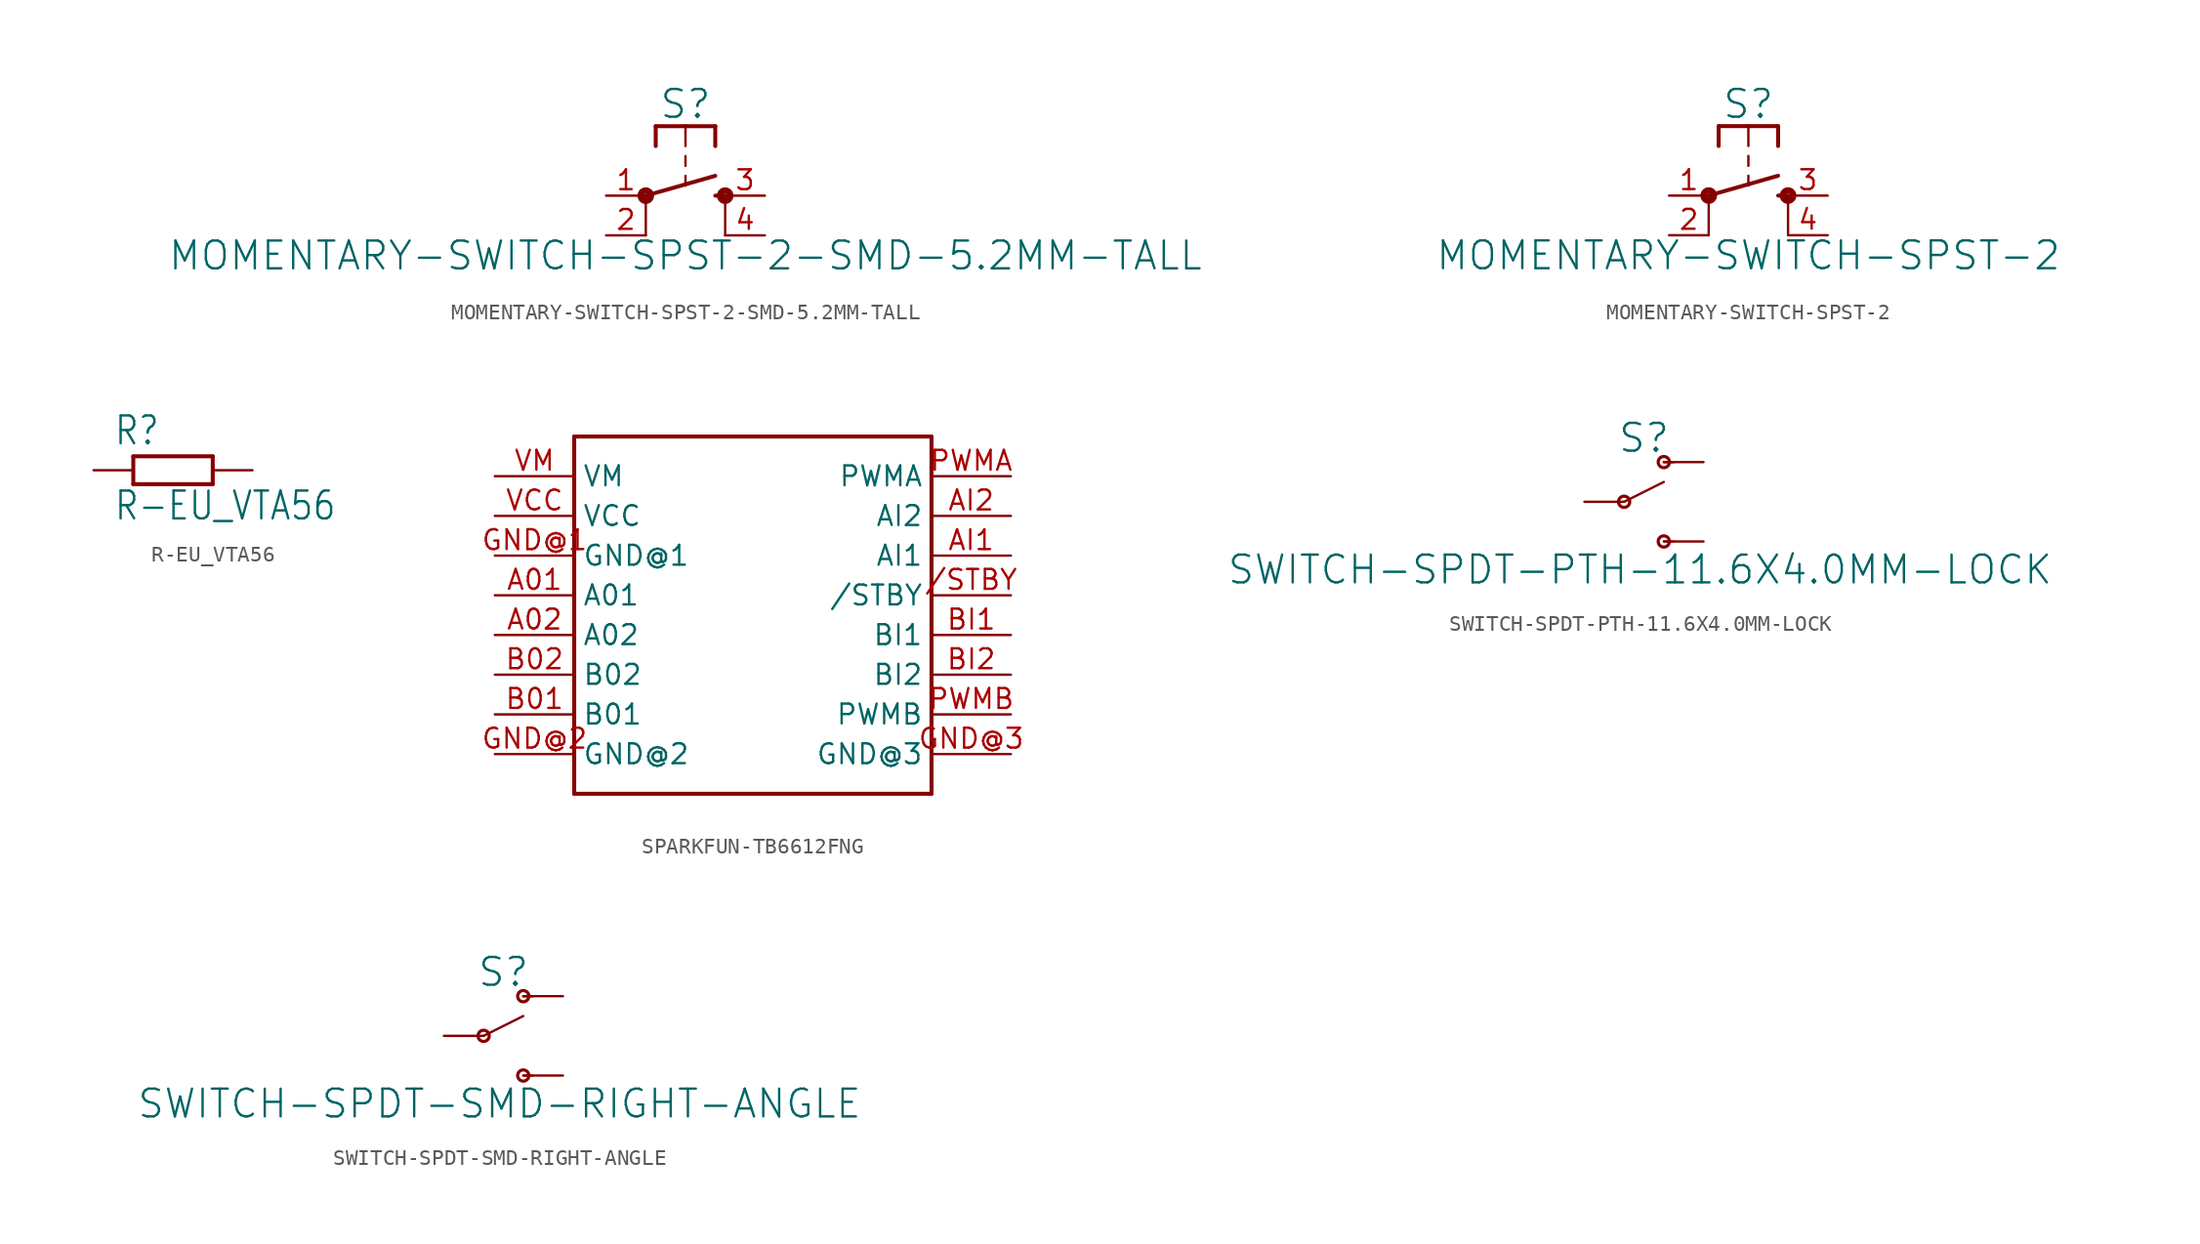
<source format=kicad_sym>
(kicad_symbol_lib
  (version 20211014)
  (generator kicad_symbol_editor)
  (symbol "MOMENTARY-SWITCH-SPST-2-SMD-5.2MM-TALL"
    (property "Reference" "S"
      (at 0 4.826 0)
      (effects (font (size 1.778 1.778)) (justify bottom)))
    (property "Value" "MOMENTARY-SWITCH-SPST-2-SMD-5.2MM-TALL"
      (at 0 -2.794 0)
      (effects (font (size 1.778 1.778)) (justify top)))
    (property "ki_locked" ""
      (at 0 0 0)
      (effects (font (size 1.27 1.27))))
    (symbol "MOMENTARY-SWITCH-SPST-2-SMD-5.2MM-TALL_1_0"
      (circle (center -2.54 0) (radius 0.127) (stroke (width 0.406) (type default) (color 0 0 0 0)) (fill (type none)))
      (polyline (pts (xy -2.54 -2.54) (xy -2.54 0)) (stroke (width 0.152) (type default) (color 0 0 0 0)) (fill (type none)))
      (polyline (pts (xy -2.54 0) (xy 1.905 1.27)) (stroke (width 0.254) (type default) (color 0 0 0 0)) (fill (type none)))
      (polyline (pts (xy -1.905 4.445) (xy -1.905 3.175)) (stroke (width 0.254) (type default) (color 0 0 0 0)) (fill (type none)))
      (polyline (pts (xy 0 1.27) (xy 0 0.635)) (stroke (width 0.152) (type default) (color 0 0 0 0)) (fill (type none)))
      (polyline (pts (xy 0 2.54) (xy 0 1.905)) (stroke (width 0.152) (type default) (color 0 0 0 0)) (fill (type none)))
      (polyline (pts (xy 0 4.445) (xy -1.905 4.445)) (stroke (width 0.254) (type default) (color 0 0 0 0)) (fill (type none)))
      (polyline (pts (xy 0 4.445) (xy 0 3.175)) (stroke (width 0.152) (type default) (color 0 0 0 0)) (fill (type none)))
      (polyline (pts (xy 1.905 0) (xy 2.54 0)) (stroke (width 0.254) (type default) (color 0 0 0 0)) (fill (type none)))
      (polyline (pts (xy 1.905 4.445) (xy 0 4.445)) (stroke (width 0.254) (type default) (color 0 0 0 0)) (fill (type none)))
      (polyline (pts (xy 1.905 4.445) (xy 1.905 3.175)) (stroke (width 0.254) (type default) (color 0 0 0 0)) (fill (type none)))
      (polyline (pts (xy 2.54 -2.54) (xy 2.54 0)) (stroke (width 0.152) (type default) (color 0 0 0 0)) (fill (type none)))
      (circle (center 2.54 0) (radius 0.127) (stroke (width 0.406) (type default) (color 0 0 0 0)) (fill (type none)))
      (pin passive line (at -5.08 0 0) (length 2.54) (name "1" (effects (font (size 0 0)))) (number "1" (effects (font (size 1.27 1.27)))))
      (pin passive line (at -5.08 -2.54 0) (length 2.54) (name "2" (effects (font (size 0 0)))) (number "2" (effects (font (size 1.27 1.27)))))
      (pin passive line (at 5.08 0 180) (length 2.54) (name "3" (effects (font (size 0 0)))) (number "3" (effects (font (size 1.27 1.27)))))
      (pin passive line (at 5.08 -2.54 180) (length 2.54) (name "4" (effects (font (size 0 0)))) (number "4" (effects (font (size 1.27 1.27)))))))
  (symbol "MOMENTARY-SWITCH-SPST-2"
    (property "Reference" "S"
      (at 0 4.826 0)
      (effects (font (size 1.778 1.778)) (justify bottom)))
    (property "Value" "MOMENTARY-SWITCH-SPST-2"
      (at 0 -2.794 0)
      (effects (font (size 1.778 1.778)) (justify top)))
    (property "ki_locked" ""
      (at 0 0 0)
      (effects (font (size 1.27 1.27))))
    (symbol "MOMENTARY-SWITCH-SPST-2_1_0"
      (circle (center -2.54 0) (radius 0.127) (stroke (width 0.406) (type default) (color 0 0 0 0)) (fill (type none)))
      (polyline (pts (xy -2.54 -2.54) (xy -2.54 0)) (stroke (width 0.152) (type default) (color 0 0 0 0)) (fill (type none)))
      (polyline (pts (xy -2.54 0) (xy 1.905 1.27)) (stroke (width 0.254) (type default) (color 0 0 0 0)) (fill (type none)))
      (polyline (pts (xy -1.905 4.445) (xy -1.905 3.175)) (stroke (width 0.254) (type default) (color 0 0 0 0)) (fill (type none)))
      (polyline (pts (xy 0 1.27) (xy 0 0.635)) (stroke (width 0.152) (type default) (color 0 0 0 0)) (fill (type none)))
      (polyline (pts (xy 0 2.54) (xy 0 1.905)) (stroke (width 0.152) (type default) (color 0 0 0 0)) (fill (type none)))
      (polyline (pts (xy 0 4.445) (xy -1.905 4.445)) (stroke (width 0.254) (type default) (color 0 0 0 0)) (fill (type none)))
      (polyline (pts (xy 0 4.445) (xy 0 3.175)) (stroke (width 0.152) (type default) (color 0 0 0 0)) (fill (type none)))
      (polyline (pts (xy 1.905 0) (xy 2.54 0)) (stroke (width 0.254) (type default) (color 0 0 0 0)) (fill (type none)))
      (polyline (pts (xy 1.905 4.445) (xy 0 4.445)) (stroke (width 0.254) (type default) (color 0 0 0 0)) (fill (type none)))
      (polyline (pts (xy 1.905 4.445) (xy 1.905 3.175)) (stroke (width 0.254) (type default) (color 0 0 0 0)) (fill (type none)))
      (polyline (pts (xy 2.54 -2.54) (xy 2.54 0)) (stroke (width 0.152) (type default) (color 0 0 0 0)) (fill (type none)))
      (circle (center 2.54 0) (radius 0.127) (stroke (width 0.406) (type default) (color 0 0 0 0)) (fill (type none)))
      (pin passive line (at -5.08 0 0) (length 2.54) (name "1" (effects (font (size 0 0)))) (number "1" (effects (font (size 1.27 1.27)))))
      (pin passive line (at -5.08 -2.54 0) (length 2.54) (name "2" (effects (font (size 0 0)))) (number "2" (effects (font (size 1.27 1.27)))))
      (pin passive line (at 5.08 0 180) (length 2.54) (name "3" (effects (font (size 0 0)))) (number "3" (effects (font (size 1.27 1.27)))))
      (pin passive line (at 5.08 -2.54 180) (length 2.54) (name "4" (effects (font (size 0 0)))) (number "4" (effects (font (size 1.27 1.27)))))))
  (symbol "R-EU_VTA56"
    (property "Reference" "R"
      (at -3.81 1.499 0)
      (effects (font (size 1.778 1.511)) (justify left bottom)))
    (property "Value" "R-EU_VTA56"
      (at -3.81 -3.302 0)
      (effects (font (size 1.778 1.511)) (justify left bottom)))
    (property "ki_locked" ""
      (at 0 0 0)
      (effects (font (size 1.27 1.27))))
    (symbol "R-EU_VTA56_1_0"
      (polyline (pts (xy -2.54 -0.889) (xy -2.54 0.889)) (stroke (width 0.254) (type default) (color 0 0 0 0)) (fill (type none)))
      (polyline (pts (xy -2.54 -0.889) (xy 2.54 -0.889)) (stroke (width 0.254) (type default) (color 0 0 0 0)) (fill (type none)))
      (polyline (pts (xy 2.54 -0.889) (xy 2.54 0.889)) (stroke (width 0.254) (type default) (color 0 0 0 0)) (fill (type none)))
      (polyline (pts (xy 2.54 0.889) (xy -2.54 0.889)) (stroke (width 0.254) (type default) (color 0 0 0 0)) (fill (type none)))
      (pin passive line (at -5.08 0 0) (length 2.54) (name "1" (effects (font (size 0 0)))) (number "1" (effects (font (size 0 0)))))
      (pin passive line (at 5.08 0 180) (length 2.54) (name "2" (effects (font (size 0 0)))) (number "2" (effects (font (size 0 0)))))))
  (symbol "SPARKFUN-TB6612FNG"
    (property "Reference" ""
      (at 0 0 0)
      (effects (font (size 1.27 1.27)) hide))
    (property "ki_locked" ""
      (at 0 0 0)
      (effects (font (size 1.27 1.27))))
    (symbol "SPARKFUN-TB6612FNG_1_0"
      (polyline (pts (xy -15.24 -7.62) (xy 7.62 -7.62)) (stroke (width 0.254) (type default) (color 0 0 0 0)) (fill (type none)))
      (polyline (pts (xy -15.24 15.24) (xy -15.24 -7.62)) (stroke (width 0.254) (type default) (color 0 0 0 0)) (fill (type none)))
      (polyline (pts (xy 7.62 -7.62) (xy 7.62 15.24)) (stroke (width 0.254) (type default) (color 0 0 0 0)) (fill (type none)))
      (polyline (pts (xy 7.62 15.24) (xy -15.24 15.24)) (stroke (width 0.254) (type default) (color 0 0 0 0)) (fill (type none)))
      (pin bidirectional line (at 12.7 5.08 180) (length 5.08) (name "/STBY" (effects (font (size 1.27 1.27)))) (number "/STBY" (effects (font (size 1.27 1.27)))))
      (pin bidirectional line (at -20.32 5.08 0) (length 5.08) (name "A01" (effects (font (size 1.27 1.27)))) (number "A01" (effects (font (size 1.27 1.27)))))
      (pin bidirectional line (at -20.32 2.54 0) (length 5.08) (name "A02" (effects (font (size 1.27 1.27)))) (number "A02" (effects (font (size 1.27 1.27)))))
      (pin bidirectional line (at 12.7 7.62 180) (length 5.08) (name "AI1" (effects (font (size 1.27 1.27)))) (number "AI1" (effects (font (size 1.27 1.27)))))
      (pin bidirectional line (at 12.7 10.16 180) (length 5.08) (name "AI2" (effects (font (size 1.27 1.27)))) (number "AI2" (effects (font (size 1.27 1.27)))))
      (pin bidirectional line (at -20.32 -2.54 0) (length 5.08) (name "B01" (effects (font (size 1.27 1.27)))) (number "B01" (effects (font (size 1.27 1.27)))))
      (pin bidirectional line (at -20.32 0 0) (length 5.08) (name "B02" (effects (font (size 1.27 1.27)))) (number "B02" (effects (font (size 1.27 1.27)))))
      (pin bidirectional line (at 12.7 2.54 180) (length 5.08) (name "BI1" (effects (font (size 1.27 1.27)))) (number "BI1" (effects (font (size 1.27 1.27)))))
      (pin bidirectional line (at 12.7 0 180) (length 5.08) (name "BI2" (effects (font (size 1.27 1.27)))) (number "BI2" (effects (font (size 1.27 1.27)))))
      (pin bidirectional line (at -20.32 7.62 0) (length 5.08) (name "GND@1" (effects (font (size 1.27 1.27)))) (number "GND@1" (effects (font (size 1.27 1.27)))))
      (pin bidirectional line (at -20.32 -5.08 0) (length 5.08) (name "GND@2" (effects (font (size 1.27 1.27)))) (number "GND@2" (effects (font (size 1.27 1.27)))))
      (pin bidirectional line (at 12.7 -5.08 180) (length 5.08) (name "GND@3" (effects (font (size 1.27 1.27)))) (number "GND@3" (effects (font (size 1.27 1.27)))))
      (pin bidirectional line (at 12.7 12.7 180) (length 5.08) (name "PWMA" (effects (font (size 1.27 1.27)))) (number "PWMA" (effects (font (size 1.27 1.27)))))
      (pin bidirectional line (at 12.7 -2.54 180) (length 5.08) (name "PWMB" (effects (font (size 1.27 1.27)))) (number "PWMB" (effects (font (size 1.27 1.27)))))
      (pin bidirectional line (at -20.32 10.16 0) (length 5.08) (name "VCC" (effects (font (size 1.27 1.27)))) (number "VCC" (effects (font (size 1.27 1.27)))))
      (pin bidirectional line (at -20.32 12.7 0) (length 5.08) (name "VM" (effects (font (size 1.27 1.27)))) (number "VM" (effects (font (size 1.27 1.27)))))))
  (symbol "SWITCH-SPDT-PTH-11.6X4.0MM-LOCK"
    (property "Reference" "S"
      (at 1.27 3.048 0)
      (effects (font (size 1.778 1.778)) (justify bottom)))
    (property "Value" "SWITCH-SPDT-PTH-11.6X4.0MM-LOCK"
      (at 1.016 -3.302 0)
      (effects (font (size 1.778 1.778)) (justify top)))
    (property "ki_locked" ""
      (at 0 0 0)
      (effects (font (size 1.27 1.27))))
    (symbol "SWITCH-SPDT-PTH-11.6X4.0MM-LOCK_1_0"
      (polyline (pts (xy 0 0) (xy 2.54 1.27)) (stroke (width 0.152) (type default) (color 0 0 0 0)) (fill (type none)))
      (polyline (pts (xy 2.54 -2.54) (xy 3.175 -2.54)) (stroke (width 0.127) (type default) (color 0 0 0 0)) (fill (type none)))
      (polyline (pts (xy 2.54 2.54) (xy 3.175 2.54)) (stroke (width 0.152) (type default) (color 0 0 0 0)) (fill (type none)))
      (circle (center 0 0) (radius 0.359) (stroke (width 0.203) (type default) (color 0 0 0 0)) (fill (type none)))
      (circle (center 2.54 -2.54) (radius 0.359) (stroke (width 0.203) (type default) (color 0 0 0 0)) (fill (type none)))
      (circle (center 2.54 2.54) (radius 0.359) (stroke (width 0.203) (type default) (color 0 0 0 0)) (fill (type none)))
      (pin passive line (at 5.08 2.54 180) (length 2.54) (name "O" (effects (font (size 0 0)))) (number "1" (effects (font (size 0 0)))))
      (pin passive line (at -2.54 0 0) (length 2.54) (name "P" (effects (font (size 0 0)))) (number "2" (effects (font (size 0 0)))))
      (pin passive line (at 5.08 -2.54 180) (length 2.54) (name "S" (effects (font (size 0 0)))) (number "3" (effects (font (size 0 0)))))))
  (symbol "SWITCH-SPDT-SMD-RIGHT-ANGLE"
    (property "Reference" "S"
      (at 1.27 3.048 0)
      (effects (font (size 1.778 1.778)) (justify bottom)))
    (property "Value" "SWITCH-SPDT-SMD-RIGHT-ANGLE"
      (at 1.016 -3.302 0)
      (effects (font (size 1.778 1.778)) (justify top)))
    (property "ki_locked" ""
      (at 0 0 0)
      (effects (font (size 1.27 1.27))))
    (symbol "SWITCH-SPDT-SMD-RIGHT-ANGLE_1_0"
      (polyline (pts (xy 0 0) (xy 2.54 1.27)) (stroke (width 0.152) (type default) (color 0 0 0 0)) (fill (type none)))
      (polyline (pts (xy 2.54 -2.54) (xy 3.175 -2.54)) (stroke (width 0.127) (type default) (color 0 0 0 0)) (fill (type none)))
      (polyline (pts (xy 2.54 2.54) (xy 3.175 2.54)) (stroke (width 0.152) (type default) (color 0 0 0 0)) (fill (type none)))
      (circle (center 0 0) (radius 0.359) (stroke (width 0.203) (type default) (color 0 0 0 0)) (fill (type none)))
      (circle (center 2.54 -2.54) (radius 0.359) (stroke (width 0.203) (type default) (color 0 0 0 0)) (fill (type none)))
      (circle (center 2.54 2.54) (radius 0.359) (stroke (width 0.203) (type default) (color 0 0 0 0)) (fill (type none)))
      (pin passive line (at 5.08 2.54 180) (length 2.54) (name "O" (effects (font (size 0 0)))) (number "1" (effects (font (size 0 0)))))
      (pin passive line (at -2.54 0 0) (length 2.54) (name "P" (effects (font (size 0 0)))) (number "2" (effects (font (size 0 0)))))
      (pin passive line (at 5.08 -2.54 180) (length 2.54) (name "S" (effects (font (size 0 0)))) (number "3" (effects (font (size 0 0))))))))
</source>
